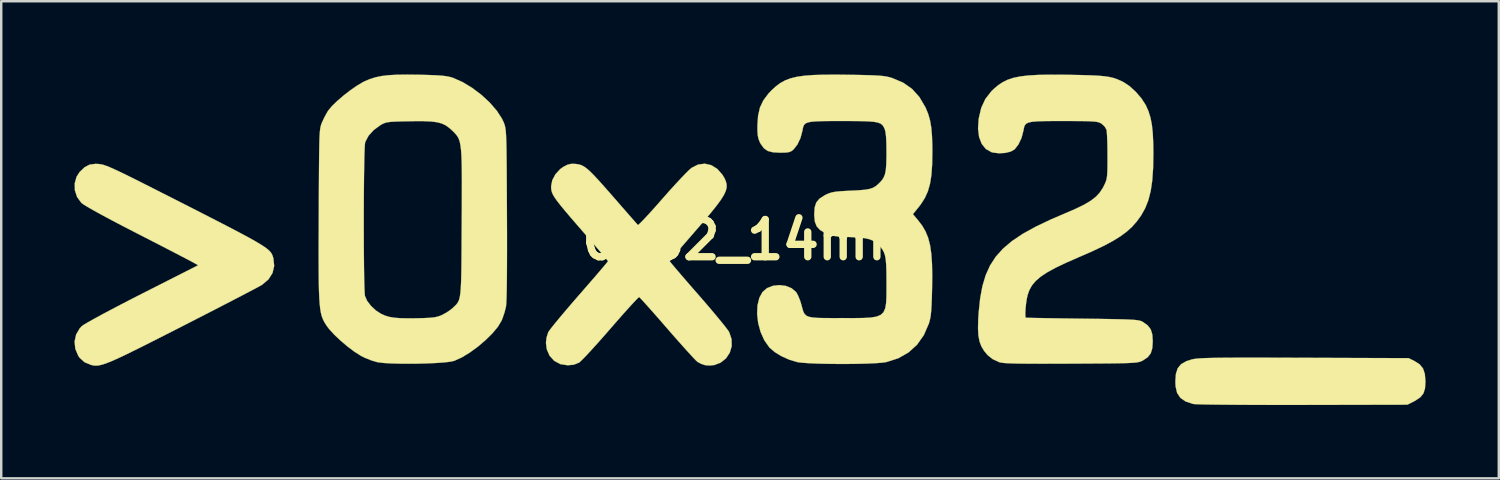
<source format=kicad_pcb>
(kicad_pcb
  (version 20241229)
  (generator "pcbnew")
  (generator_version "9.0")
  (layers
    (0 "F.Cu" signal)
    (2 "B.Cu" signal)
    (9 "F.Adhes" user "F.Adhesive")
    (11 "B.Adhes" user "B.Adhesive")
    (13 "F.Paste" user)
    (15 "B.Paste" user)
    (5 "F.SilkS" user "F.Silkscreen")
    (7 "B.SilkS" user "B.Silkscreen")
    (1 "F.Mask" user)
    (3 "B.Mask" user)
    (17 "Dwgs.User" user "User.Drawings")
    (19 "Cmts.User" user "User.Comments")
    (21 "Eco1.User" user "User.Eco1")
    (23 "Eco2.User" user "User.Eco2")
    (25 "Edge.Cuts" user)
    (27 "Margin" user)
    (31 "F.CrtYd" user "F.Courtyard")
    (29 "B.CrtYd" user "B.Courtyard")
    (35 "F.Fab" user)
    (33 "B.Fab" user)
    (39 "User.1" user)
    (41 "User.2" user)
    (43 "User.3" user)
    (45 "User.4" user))
  (footprint "0x32_14mm"
    (layer "F.Cu")
    (at 27.665 6.773)
    (property "Reference" "0x32_14mm" (at 0 0 0) (layer "F.SilkS") (effects (font (size 1.524 1.524) (thickness 0.3))))
    (attr through_hole)
    (fp_poly (pts (xy 20.959 4.822) (xy 21.609 4.823) (xy 22.355 4.826) (xy 22.683 4.827) (xy 26.961 4.842) (xy 27.2 4.96) (xy 27.412 5.095) (xy 27.55 5.264) (xy 27.625 5.49) (xy 27.649 5.792) (xy 27.649 5.804) (xy 27.631 6.083) (xy 27.566 6.287) (xy 27.439 6.444) (xy 27.234 6.581) (xy 27.17 6.615) (xy 26.908 6.747) (xy 22.622 6.756) (xy 21.931 6.756) (xy 21.273 6.756) (xy 20.656 6.754) (xy 20.088 6.752) (xy 19.577 6.748) (xy 19.13 6.744) (xy 18.756 6.739) (xy 18.462 6.733) (xy 18.256 6.726) (xy 18.147 6.718) (xy 18.135 6.716) (xy 17.83 6.614) (xy 17.616 6.468) (xy 17.482 6.266) (xy 17.419 5.994) (xy 17.41 5.805) (xy 17.432 5.489) (xy 17.507 5.255) (xy 17.648 5.085) (xy 17.866 4.963) (xy 18.082 4.895) (xy 18.151 4.88) (xy 18.237 4.866) (xy 18.348 4.855) (xy 18.49 4.846) (xy 18.67 4.838) (xy 18.895 4.832) (xy 19.174 4.827) (xy 19.512 4.824) (xy 19.918 4.822) (xy 20.398 4.822) (xy 20.959 4.822)) (stroke (width 0.01) (type solid)) (fill yes) (layer "F.SilkS"))
    (fp_poly (pts (xy -26.662 -3.107) (xy -26.581 -3.096) (xy -26.488 -3.074) (xy -26.375 -3.037) (xy -26.232 -2.981) (xy -26.052 -2.901) (xy -25.824 -2.795) (xy -25.54 -2.658) (xy -25.191 -2.485) (xy -24.769 -2.273) (xy -24.264 -2.017) (xy -24.092 -1.93) (xy -23.344 -1.55) (xy -22.685 -1.215) (xy -22.108 -0.92) (xy -21.609 -0.664) (xy -21.181 -0.442) (xy -20.819 -0.251) (xy -20.516 -0.088) (xy -20.268 0.051) (xy -20.068 0.169) (xy -19.91 0.27) (xy -19.79 0.356) (xy -19.701 0.432) (xy -19.637 0.5) (xy -19.592 0.564) (xy -19.562 0.628) (xy -19.539 0.694) (xy -19.522 0.755) (xy -19.489 1.065) (xy -19.557 1.355) (xy -19.721 1.614) (xy -19.976 1.831) (xy -19.991 1.841) (xy -20.081 1.892) (xy -20.257 1.987) (xy -20.51 2.12) (xy -20.831 2.288) (xy -21.211 2.486) (xy -21.642 2.708) (xy -22.114 2.951) (xy -22.619 3.21) (xy -23.148 3.481) (xy -23.267 3.542) (xy -23.908 3.868) (xy -24.462 4.149) (xy -24.937 4.388) (xy -25.339 4.587) (xy -25.677 4.751) (xy -25.957 4.881) (xy -26.188 4.982) (xy -26.375 5.055) (xy -26.528 5.105) (xy -26.652 5.135) (xy -26.755 5.147) (xy -26.845 5.145) (xy -26.929 5.132) (xy -26.981 5.12) (xy -27.253 5.008) (xy -27.454 4.827) (xy -27.511 4.744) (xy -27.632 4.457) (xy -27.66 4.159) (xy -27.597 3.871) (xy -27.447 3.617) (xy -27.361 3.528) (xy -27.273 3.467) (xy -27.099 3.364) (xy -26.849 3.224) (xy -26.531 3.051) (xy -26.156 2.852) (xy -25.733 2.63) (xy -25.27 2.391) (xy -24.884 2.195) (xy -22.602 1.037) (xy -22.85 0.898) (xy -22.949 0.845) (xy -23.132 0.749) (xy -23.386 0.617) (xy -23.701 0.453) (xy -24.066 0.265) (xy -24.469 0.058) (xy -24.9 -0.163) (xy -25.151 -0.292) (xy -25.681 -0.565) (xy -26.152 -0.812) (xy -26.557 -1.029) (xy -26.889 -1.212) (xy -27.143 -1.358) (xy -27.312 -1.464) (xy -27.385 -1.519) (xy -27.557 -1.754) (xy -27.648 -2.027) (xy -27.656 -2.313) (xy -27.58 -2.586) (xy -27.452 -2.783) (xy -27.25 -2.976) (xy -27.045 -3.082) (xy -26.803 -3.114) (xy -26.662 -3.107)) (stroke (width 0.01) (type solid)) (fill yes) (layer "F.SilkS"))
    (fp_poly (pts (xy -1.592 -3.06) (xy -1.347 -2.908) (xy -1.137 -2.67) (xy -1.053 -2.529) (xy -0.996 -2.4) (xy -0.964 -2.275) (xy -0.963 -2.146) (xy -0.999 -2.004) (xy -1.076 -1.839) (xy -1.199 -1.641) (xy -1.374 -1.403) (xy -1.606 -1.114) (xy -1.899 -0.766) (xy -2.248 -0.361) (xy -2.51 -0.059) (xy -2.748 0.216) (xy -2.954 0.456) (xy -3.119 0.649) (xy -3.235 0.786) (xy -3.293 0.857) (xy -3.299 0.864) (xy -3.267 0.908) (xy -3.174 1.023) (xy -3.026 1.198) (xy -2.833 1.424) (xy -2.602 1.692) (xy -2.342 1.992) (xy -2.143 2.219) (xy -1.858 2.547) (xy -1.592 2.859) (xy -1.353 3.144) (xy -1.15 3.391) (xy -0.993 3.588) (xy -0.892 3.724) (xy -0.861 3.772) (xy -0.762 4.061) (xy -0.756 4.349) (xy -0.835 4.619) (xy -0.99 4.851) (xy -1.213 5.027) (xy -1.463 5.122) (xy -1.65 5.142) (xy -1.832 5.131) (xy -1.846 5.128) (xy -2.017 5.07) (xy -2.163 4.989) (xy -2.231 4.924) (xy -2.359 4.79) (xy -2.536 4.597) (xy -2.754 4.355) (xy -3.002 4.076) (xy -3.271 3.77) (xy -3.4 3.621) (xy -3.67 3.31) (xy -3.919 3.027) (xy -4.138 2.779) (xy -4.319 2.578) (xy -4.452 2.432) (xy -4.53 2.352) (xy -4.545 2.339) (xy -4.589 2.374) (xy -4.694 2.48) (xy -4.851 2.648) (xy -5.05 2.868) (xy -5.285 3.131) (xy -5.545 3.428) (xy -5.712 3.62) (xy -5.991 3.94) (xy -6.256 4.239) (xy -6.497 4.504) (xy -6.703 4.727) (xy -6.866 4.895) (xy -6.975 4.999) (xy -7.008 5.025) (xy -7.221 5.109) (xy -7.473 5.133) (xy -7.772 5.085) (xy -8.022 4.951) (xy -8.212 4.743) (xy -8.328 4.474) (xy -8.361 4.21) (xy -8.335 3.994) (xy -8.27 3.79) (xy -8.259 3.768) (xy -8.2 3.682) (xy -8.08 3.527) (xy -7.907 3.315) (xy -7.692 3.057) (xy -7.444 2.764) (xy -7.171 2.447) (xy -6.989 2.238) (xy -6.711 1.919) (xy -6.457 1.626) (xy -6.234 1.368) (xy -6.052 1.154) (xy -5.917 0.994) (xy -5.838 0.896) (xy -5.821 0.871) (xy -5.854 0.824) (xy -5.948 0.708) (xy -6.093 0.535) (xy -6.279 0.316) (xy -6.497 0.062) (xy -6.682 -0.15) (xy -7.04 -0.562) (xy -7.335 -0.903) (xy -7.572 -1.182) (xy -7.758 -1.407) (xy -7.9 -1.588) (xy -8.002 -1.733) (xy -8.072 -1.85) (xy -8.115 -1.948) (xy -8.138 -2.037) (xy -8.148 -2.123) (xy -8.149 -2.202) (xy -8.101 -2.446) (xy -7.971 -2.689) (xy -7.779 -2.898) (xy -7.643 -2.995) (xy -7.467 -3.083) (xy -7.31 -3.116) (xy -7.139 -3.11) (xy -7.028 -3.094) (xy -6.925 -3.065) (xy -6.819 -3.014) (xy -6.703 -2.934) (xy -6.566 -2.815) (xy -6.4 -2.649) (xy -6.196 -2.43) (xy -5.943 -2.147) (xy -5.633 -1.794) (xy -5.556 -1.706) (xy -5.309 -1.421) (xy -5.083 -1.163) (xy -4.89 -0.942) (xy -4.738 -0.769) (xy -4.636 -0.654) (xy -4.596 -0.608) (xy -4.553 -0.638) (xy -4.451 -0.738) (xy -4.298 -0.898) (xy -4.104 -1.109) (xy -3.877 -1.361) (xy -3.628 -1.644) (xy -3.599 -1.676) (xy -3.335 -1.976) (xy -3.08 -2.257) (xy -2.847 -2.508) (xy -2.647 -2.716) (xy -2.493 -2.868) (xy -2.398 -2.95) (xy -2.131 -3.085) (xy -1.857 -3.12) (xy -1.592 -3.06)) (stroke (width 0.01) (type solid)) (fill yes) (layer "F.SilkS"))
    (fp_poly (pts (xy 12.827 -6.763) (xy 13.062 -6.759) (xy 13.542 -6.75) (xy 13.93 -6.739) (xy 14.242 -6.724) (xy 14.493 -6.702) (xy 14.696 -6.673) (xy 14.868 -6.633) (xy 15.022 -6.581) (xy 15.173 -6.516) (xy 15.289 -6.458) (xy 15.537 -6.294) (xy 15.79 -6.062) (xy 16.02 -5.795) (xy 16.194 -5.525) (xy 16.206 -5.502) (xy 16.312 -5.26) (xy 16.392 -5.001) (xy 16.449 -4.708) (xy 16.485 -4.362) (xy 16.504 -3.944) (xy 16.509 -3.539) (xy 16.499 -2.945) (xy 16.464 -2.439) (xy 16.401 -2.007) (xy 16.306 -1.633) (xy 16.176 -1.302) (xy 16.007 -1) (xy 15.827 -0.752) (xy 15.638 -0.538) (xy 15.418 -0.338) (xy 15.155 -0.144) (xy 14.837 0.051) (xy 14.452 0.255) (xy 13.989 0.474) (xy 13.441 0.713) (xy 12.927 0.938) (xy 12.505 1.14) (xy 12.164 1.326) (xy 11.897 1.504) (xy 11.692 1.679) (xy 11.54 1.86) (xy 11.432 2.054) (xy 11.361 2.252) (xy 11.325 2.416) (xy 11.296 2.615) (xy 11.275 2.821) (xy 11.266 3.004) (xy 11.269 3.136) (xy 11.284 3.186) (xy 11.338 3.188) (xy 11.487 3.192) (xy 11.721 3.197) (xy 12.027 3.202) (xy 12.396 3.208) (xy 12.817 3.215) (xy 13.278 3.221) (xy 13.6 3.225) (xy 14.155 3.232) (xy 14.615 3.239) (xy 14.989 3.246) (xy 15.287 3.253) (xy 15.52 3.262) (xy 15.696 3.272) (xy 15.827 3.284) (xy 15.922 3.3) (xy 15.991 3.318) (xy 16.045 3.34) (xy 16.081 3.36) (xy 16.277 3.501) (xy 16.401 3.661) (xy 16.465 3.868) (xy 16.484 4.148) (xy 16.484 4.154) (xy 16.465 4.438) (xy 16.401 4.646) (xy 16.278 4.803) (xy 16.083 4.934) (xy 16.056 4.948) (xy 16.005 4.971) (xy 15.949 4.991) (xy 15.878 5.008) (xy 15.782 5.021) (xy 15.652 5.032) (xy 15.48 5.041) (xy 15.255 5.048) (xy 14.97 5.053) (xy 14.614 5.057) (xy 14.178 5.06) (xy 13.654 5.063) (xy 13.123 5.066) (xy 12.488 5.068) (xy 11.95 5.069) (xy 11.502 5.068) (xy 11.135 5.065) (xy 10.841 5.06) (xy 10.612 5.052) (xy 10.439 5.043) (xy 10.315 5.03) (xy 10.232 5.015) (xy 10.2 5.006) (xy 9.931 4.882) (xy 9.724 4.718) (xy 9.58 4.545) (xy 9.47 4.364) (xy 9.393 4.161) (xy 9.347 3.92) (xy 9.33 3.622) (xy 9.339 3.25) (xy 9.358 2.963) (xy 9.417 2.399) (xy 9.509 1.897) (xy 9.642 1.45) (xy 9.822 1.05) (xy 10.057 0.688) (xy 10.354 0.357) (xy 10.72 0.047) (xy 11.162 -0.249) (xy 11.689 -0.54) (xy 12.306 -0.834) (xy 12.902 -1.09) (xy 13.334 -1.277) (xy 13.678 -1.445) (xy 13.947 -1.605) (xy 14.155 -1.766) (xy 14.315 -1.938) (xy 14.441 -2.13) (xy 14.482 -2.21) (xy 14.536 -2.323) (xy 14.575 -2.423) (xy 14.602 -2.529) (xy 14.618 -2.661) (xy 14.627 -2.838) (xy 14.631 -3.08) (xy 14.631 -3.407) (xy 14.631 -3.44) (xy 14.629 -3.753) (xy 14.623 -4.038) (xy 14.613 -4.275) (xy 14.601 -4.443) (xy 14.59 -4.513) (xy 14.518 -4.639) (xy 14.395 -4.754) (xy 14.379 -4.764) (xy 14.32 -4.796) (xy 14.252 -4.82) (xy 14.161 -4.839) (xy 14.033 -4.851) (xy 13.855 -4.86) (xy 13.613 -4.865) (xy 13.294 -4.867) (xy 12.885 -4.868) (xy 12.831 -4.868) (xy 12.381 -4.868) (xy 12.026 -4.864) (xy 11.753 -4.855) (xy 11.551 -4.838) (xy 11.409 -4.809) (xy 11.314 -4.767) (xy 11.255 -4.708) (xy 11.22 -4.63) (xy 11.199 -4.53) (xy 11.191 -4.485) (xy 11.113 -4.181) (xy 10.987 -3.912) (xy 10.831 -3.711) (xy 10.828 -3.707) (xy 10.668 -3.617) (xy 10.443 -3.562) (xy 10.191 -3.547) (xy 9.949 -3.576) (xy 9.876 -3.596) (xy 9.65 -3.724) (xy 9.481 -3.933) (xy 9.374 -4.214) (xy 9.331 -4.558) (xy 9.357 -4.956) (xy 9.36 -4.974) (xy 9.462 -5.407) (xy 9.631 -5.771) (xy 9.877 -6.087) (xy 9.977 -6.184) (xy 10.158 -6.336) (xy 10.345 -6.46) (xy 10.55 -6.56) (xy 10.785 -6.637) (xy 11.062 -6.694) (xy 11.393 -6.733) (xy 11.79 -6.756) (xy 12.264 -6.765) (xy 12.827 -6.763)) (stroke (width 0.01) (type solid)) (fill yes) (layer "F.SilkS"))
    (fp_poly (pts (xy -13.549 -6.762) (xy -13.159 -6.752) (xy -12.858 -6.74) (xy -12.628 -6.725) (xy -12.451 -6.704) (xy -12.309 -6.677) (xy -12.186 -6.642) (xy -12.164 -6.634) (xy -11.775 -6.462) (xy -11.383 -6.225) (xy -11.005 -5.94) (xy -10.663 -5.623) (xy -10.376 -5.292) (xy -10.162 -4.963) (xy -10.094 -4.819) (xy -10.07 -4.759) (xy -10.05 -4.699) (xy -10.033 -4.632) (xy -10.018 -4.549) (xy -10.006 -4.442) (xy -9.996 -4.302) (xy -9.988 -4.123) (xy -9.981 -3.894) (xy -9.976 -3.609) (xy -9.972 -3.259) (xy -9.968 -2.836) (xy -9.965 -2.331) (xy -9.962 -1.737) (xy -9.959 -1.045) (xy -9.959 -1.044) (xy -9.956 -0.248) (xy -9.956 0.461) (xy -9.958 1.079) (xy -9.961 1.605) (xy -9.967 2.036) (xy -9.975 2.369) (xy -9.986 2.601) (xy -9.998 2.73) (xy -9.998 2.734) (xy -10.056 2.963) (xy -10.139 3.209) (xy -10.183 3.314) (xy -10.33 3.557) (xy -10.554 3.825) (xy -10.833 4.101) (xy -11.146 4.368) (xy -11.475 4.608) (xy -11.796 4.805) (xy -12.091 4.94) (xy -12.134 4.955) (xy -12.294 4.989) (xy -12.541 5.017) (xy -12.853 5.039) (xy -13.212 5.055) (xy -13.597 5.066) (xy -13.989 5.069) (xy -14.368 5.066) (xy -14.714 5.056) (xy -15.007 5.038) (xy -15.227 5.012) (xy -15.283 5.001) (xy -15.514 4.932) (xy -15.77 4.829) (xy -15.945 4.741) (xy -16.204 4.576) (xy -16.487 4.363) (xy -16.769 4.125) (xy -17.025 3.883) (xy -17.232 3.658) (xy -17.332 3.527) (xy -17.397 3.427) (xy -17.453 3.33) (xy -17.501 3.229) (xy -17.542 3.116) (xy -17.576 2.982) (xy -17.603 2.819) (xy -17.625 2.621) (xy -17.642 2.378) (xy -17.654 2.083) (xy -17.662 1.728) (xy -17.666 1.305) (xy -17.668 0.806) (xy -17.668 0.223) (xy -17.665 -0.452) (xy -17.664 -0.768) (xy -15.821 -0.768) (xy -15.82 -0.26) (xy -15.819 0.235) (xy -15.815 0.703) (xy -15.811 1.134) (xy -15.805 1.516) (xy -15.798 1.836) (xy -15.789 2.082) (xy -15.779 2.243) (xy -15.772 2.296) (xy -15.684 2.495) (xy -15.523 2.705) (xy -15.316 2.896) (xy -15.116 3.024) (xy -14.951 3.099) (xy -14.776 3.152) (xy -14.571 3.187) (xy -14.316 3.206) (xy -13.99 3.212) (xy -13.679 3.209) (xy -13.358 3.201) (xy -13.121 3.19) (xy -12.945 3.172) (xy -12.809 3.145) (xy -12.691 3.106) (xy -12.621 3.076) (xy -12.428 2.972) (xy -12.245 2.845) (xy -12.18 2.789) (xy -12.106 2.719) (xy -12.043 2.658) (xy -11.991 2.595) (xy -11.948 2.523) (xy -11.912 2.432) (xy -11.885 2.314) (xy -11.863 2.161) (xy -11.847 1.962) (xy -11.835 1.71) (xy -11.827 1.397) (xy -11.821 1.012) (xy -11.817 0.548) (xy -11.814 -0.005) (xy -11.81 -0.654) (xy -11.81 -0.661) (xy -11.806 -1.345) (xy -11.804 -1.932) (xy -11.803 -2.429) (xy -11.806 -2.846) (xy -11.812 -3.191) (xy -11.823 -3.473) (xy -11.839 -3.699) (xy -11.862 -3.879) (xy -11.891 -4.02) (xy -11.928 -4.131) (xy -11.973 -4.221) (xy -12.028 -4.299) (xy -12.093 -4.371) (xy -12.166 -4.446) (xy -12.316 -4.584) (xy -12.464 -4.69) (xy -12.626 -4.767) (xy -12.819 -4.818) (xy -13.061 -4.849) (xy -13.368 -4.862) (xy -13.757 -4.862) (xy -13.93 -4.859) (xy -14.273 -4.853) (xy -14.529 -4.845) (xy -14.715 -4.834) (xy -14.849 -4.817) (xy -14.95 -4.792) (xy -15.035 -4.757) (xy -15.123 -4.708) (xy -15.14 -4.698) (xy -15.414 -4.498) (xy -15.626 -4.264) (xy -15.756 -4.018) (xy -15.766 -3.983) (xy -15.777 -3.89) (xy -15.787 -3.703) (xy -15.796 -3.434) (xy -15.803 -3.094) (xy -15.809 -2.697) (xy -15.814 -2.254) (xy -15.818 -1.777) (xy -15.82 -1.277) (xy -15.821 -0.768) (xy -17.664 -0.768) (xy -17.663 -1.025) (xy -17.66 -1.719) (xy -17.657 -2.316) (xy -17.654 -2.823) (xy -17.65 -3.248) (xy -17.646 -3.6) (xy -17.641 -3.887) (xy -17.635 -4.117) (xy -17.627 -4.298) (xy -17.617 -4.438) (xy -17.605 -4.545) (xy -17.59 -4.628) (xy -17.573 -4.695) (xy -17.553 -4.754) (xy -17.531 -4.809) (xy -17.435 -5.015) (xy -17.322 -5.221) (xy -17.267 -5.308) (xy -17.12 -5.482) (xy -16.906 -5.689) (xy -16.649 -5.91) (xy -16.372 -6.125) (xy -16.1 -6.314) (xy -15.858 -6.458) (xy -15.797 -6.489) (xy -15.573 -6.584) (xy -15.343 -6.657) (xy -15.09 -6.71) (xy -14.798 -6.745) (xy -14.449 -6.763) (xy -14.027 -6.768) (xy -13.549 -6.762)) (stroke (width 0.01) (type solid)) (fill yes) (layer "F.SilkS"))
    (fp_poly (pts (xy 4.014 -6.761) (xy 4.455 -6.754) (xy 4.806 -6.746) (xy 5.08 -6.736) (xy 5.292 -6.724) (xy 5.458 -6.708) (xy 5.591 -6.687) (xy 5.706 -6.661) (xy 5.818 -6.627) (xy 5.823 -6.625) (xy 6.263 -6.438) (xy 6.626 -6.185) (xy 6.924 -5.856) (xy 7.17 -5.441) (xy 7.192 -5.394) (xy 7.292 -5.151) (xy 7.365 -4.892) (xy 7.415 -4.599) (xy 7.445 -4.252) (xy 7.459 -3.829) (xy 7.46 -3.598) (xy 7.451 -3.084) (xy 7.421 -2.657) (xy 7.364 -2.3) (xy 7.278 -1.995) (xy 7.157 -1.725) (xy 6.998 -1.473) (xy 6.892 -1.335) (xy 6.664 -1.055) (xy 6.874 -0.805) (xy 7.046 -0.58) (xy 7.183 -0.343) (xy 7.289 -0.082) (xy 7.366 0.218) (xy 7.417 0.57) (xy 7.446 0.988) (xy 7.455 1.485) (xy 7.449 1.964) (xy 7.439 2.361) (xy 7.427 2.67) (xy 7.412 2.908) (xy 7.393 3.093) (xy 7.366 3.243) (xy 7.332 3.375) (xy 7.316 3.426) (xy 7.112 3.896) (xy 6.834 4.29) (xy 6.484 4.607) (xy 6.066 4.845) (xy 5.581 5) (xy 5.563 5.004) (xy 5.385 5.029) (xy 5.12 5.048) (xy 4.787 5.063) (xy 4.406 5.073) (xy 3.994 5.078) (xy 3.572 5.078) (xy 3.156 5.073) (xy 2.768 5.064) (xy 2.424 5.049) (xy 2.145 5.03) (xy 1.948 5.006) (xy 1.919 5) (xy 1.601 4.904) (xy 1.285 4.762) (xy 1.005 4.592) (xy 0.795 4.411) (xy 0.784 4.399) (xy 0.58 4.108) (xy 0.427 3.768) (xy 0.328 3.401) (xy 0.285 3.031) (xy 0.301 2.678) (xy 0.379 2.365) (xy 0.504 2.137) (xy 0.687 1.977) (xy 0.926 1.881) (xy 1.193 1.85) (xy 1.459 1.883) (xy 1.698 1.979) (xy 1.882 2.138) (xy 1.894 2.155) (xy 1.967 2.29) (xy 2.044 2.482) (xy 2.096 2.65) (xy 2.138 2.809) (xy 2.177 2.935) (xy 2.226 3.03) (xy 2.297 3.099) (xy 2.402 3.147) (xy 2.555 3.177) (xy 2.766 3.194) (xy 3.048 3.2) (xy 3.414 3.202) (xy 3.772 3.201) (xy 4.257 3.202) (xy 4.647 3.197) (xy 4.952 3.179) (xy 5.183 3.139) (xy 5.349 3.068) (xy 5.462 2.958) (xy 5.531 2.801) (xy 5.567 2.587) (xy 5.581 2.309) (xy 5.583 1.958) (xy 5.583 1.72) (xy 5.58 1.329) (xy 5.571 1.027) (xy 5.551 0.798) (xy 5.519 0.624) (xy 5.471 0.489) (xy 5.405 0.376) (xy 5.334 0.287) (xy 5.199 0.148) (xy 5.061 0.047) (xy 4.9 -0.024) (xy 4.694 -0.071) (xy 4.423 -0.1) (xy 4.068 -0.118) (xy 4.064 -0.119) (xy 3.757 -0.132) (xy 3.533 -0.149) (xy 3.368 -0.172) (xy 3.239 -0.206) (xy 3.121 -0.255) (xy 3.088 -0.271) (xy 2.865 -0.405) (xy 2.724 -0.556) (xy 2.649 -0.749) (xy 2.624 -1.013) (xy 2.624 -1.058) (xy 2.643 -1.334) (xy 2.709 -1.535) (xy 2.84 -1.69) (xy 3.051 -1.826) (xy 3.098 -1.851) (xy 3.219 -1.905) (xy 3.342 -1.944) (xy 3.492 -1.972) (xy 3.692 -1.992) (xy 3.966 -2.008) (xy 4.101 -2.014) (xy 4.44 -2.031) (xy 4.693 -2.053) (xy 4.88 -2.085) (xy 5.02 -2.13) (xy 5.133 -2.194) (xy 5.24 -2.282) (xy 5.247 -2.289) (xy 5.368 -2.412) (xy 5.457 -2.536) (xy 5.517 -2.678) (xy 5.555 -2.86) (xy 5.574 -3.1) (xy 5.582 -3.419) (xy 5.582 -3.572) (xy 5.578 -3.946) (xy 5.565 -4.226) (xy 5.541 -4.422) (xy 5.509 -4.54) (xy 5.465 -4.633) (xy 5.412 -4.707) (xy 5.338 -4.764) (xy 5.23 -4.805) (xy 5.078 -4.834) (xy 4.868 -4.852) (xy 4.588 -4.863) (xy 4.227 -4.867) (xy 3.772 -4.868) (xy 3.771 -4.868) (xy 3.324 -4.868) (xy 2.97 -4.864) (xy 2.699 -4.855) (xy 2.498 -4.837) (xy 2.357 -4.808) (xy 2.263 -4.765) (xy 2.205 -4.706) (xy 2.171 -4.627) (xy 2.149 -4.525) (xy 2.143 -4.485) (xy 2.062 -4.176) (xy 1.933 -3.903) (xy 1.776 -3.704) (xy 1.69 -3.636) (xy 1.596 -3.596) (xy 1.464 -3.577) (xy 1.262 -3.572) (xy 1.217 -3.572) (xy 0.929 -3.588) (xy 0.719 -3.644) (xy 0.563 -3.752) (xy 0.436 -3.926) (xy 0.397 -3.999) (xy 0.342 -4.132) (xy 0.311 -4.285) (xy 0.298 -4.489) (xy 0.298 -4.683) (xy 0.325 -5.089) (xy 0.403 -5.425) (xy 0.543 -5.718) (xy 0.754 -5.997) (xy 0.868 -6.117) (xy 1.047 -6.282) (xy 1.228 -6.418) (xy 1.425 -6.528) (xy 1.648 -6.614) (xy 1.91 -6.678) (xy 2.222 -6.723) (xy 2.596 -6.751) (xy 3.044 -6.764) (xy 3.578 -6.766) (xy 4.014 -6.761)) (stroke (width 0.01) (type solid)) (fill yes) (layer "F.SilkS")))
  (gr_rect
    (start -3 -3)
    (end 58.318 16.535)
    (stroke (width 0.1) (type default))
    (fill no)
    (layer "Edge.Cuts")))
</source>
